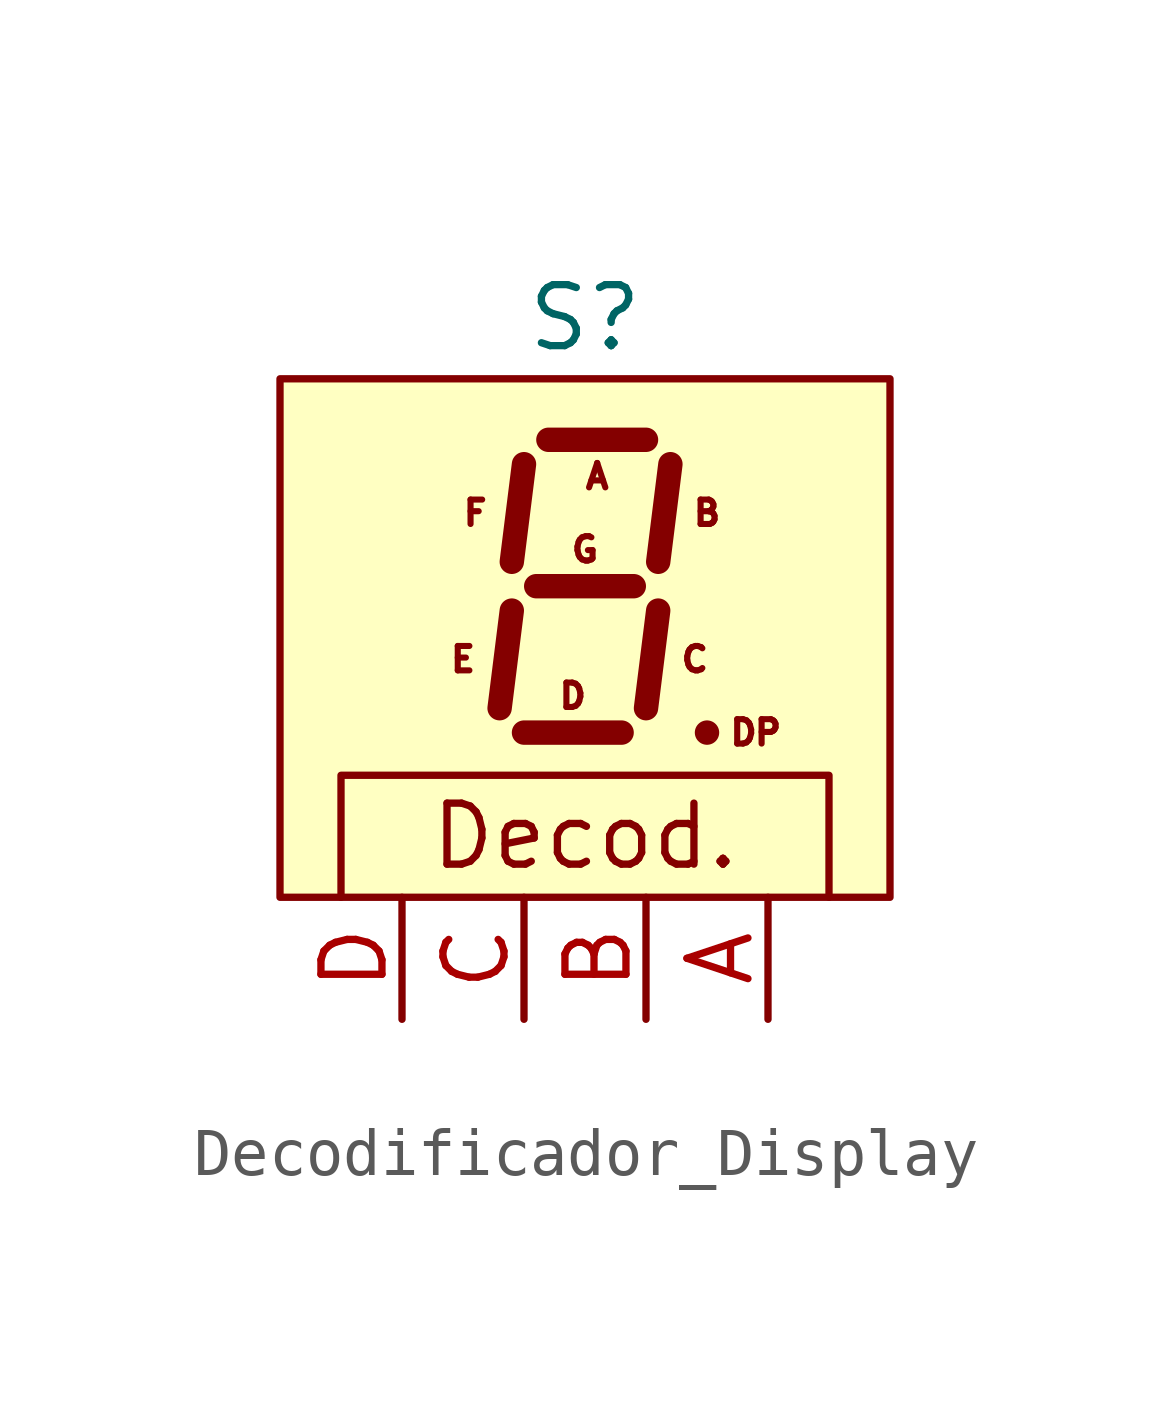
<source format=kicad_sym>
(kicad_symbol_lib
  (version 20211014)
  (generator kicad_symbol_editor)
  (symbol "Decodificador_Display"
    (pin_names
      (offset 1.016))
    (property "Reference" "S"
      (at 3.81 14.605 0)
      (effects (font (size 1.27 1.27))))
    (symbol "Decodificador_Display_0_0"
      (rectangle (start -2.54 13.335) (end 10.16 2.54) (stroke (width 0) (type default) (color 0 0 0 0)) (fill (type background)))
      (text "." (at 6.35 6.985 0) (effects (font (size 2.54 2.54))))
      (text "Decod." (at 3.81 3.81 0) (effects (font (size 1.27 1.27)))))
    (symbol "Decodificador_Display_0_1"
      (polyline (pts (xy 8.89 2.54) (xy 8.89 5.08) (xy -1.27 5.08) (xy -1.27 2.54)) (stroke (width 0) (type default) (color 0 0 0 0)) (fill (type none))))
    (symbol "Decodificador_Display_1_1"
      (polyline (pts (xy 2.286 8.509) (xy 2.032 6.477)) (stroke (width 0.508) (type default) (color 0 0 0 0)) (fill (type none)))
      (polyline (pts (xy 2.54 5.969) (xy 4.572 5.969)) (stroke (width 0.508) (type default) (color 0 0 0 0)) (fill (type none)))
      (polyline (pts (xy 2.54 11.557) (xy 2.286 9.525)) (stroke (width 0.508) (type default) (color 0 0 0 0)) (fill (type none)))
      (polyline (pts (xy 2.794 9.017) (xy 4.826 9.017)) (stroke (width 0.508) (type default) (color 0 0 0 0)) (fill (type none)))
      (polyline (pts (xy 3.048 12.065) (xy 5.08 12.065)) (stroke (width 0.508) (type default) (color 0 0 0 0)) (fill (type none)))
      (polyline (pts (xy 5.334 8.509) (xy 5.08 6.477)) (stroke (width 0.508) (type default) (color 0 0 0 0)) (fill (type none)))
      (polyline (pts (xy 5.588 11.557) (xy 5.334 9.525)) (stroke (width 0.508) (type default) (color 0 0 0 0)) (fill (type none)))
      (polyline (pts (xy 6.35 5.969) (xy 6.35 5.969)) (stroke (width 0.508) (type default) (color 0 0 0 0)) (fill (type none)))
      (text "A" (at 4.064 11.303 0) (effects (font (size 0.508 0.508))))
      (text "B" (at 6.35 10.541 0) (effects (font (size 0.508 0.508))))
      (text "C" (at 6.096 7.493 0) (effects (font (size 0.508 0.508))))
      (text "D" (at 3.556 6.731 0) (effects (font (size 0.508 0.508))))
      (text "DP" (at 7.366 5.969 0) (effects (font (size 0.508 0.508))))
      (text "E" (at 1.27 7.493 0) (effects (font (size 0.508 0.508))))
      (text "F" (at 1.524 10.541 0) (effects (font (size 0.508 0.508))))
      (text "G" (at 3.81 9.779 0) (effects (font (size 0.508 0.508))))
      (pin input line (at 7.62 0 90) (length 2.54) (name "~" (effects (font (size 1.27 1.27)))) (number "A" (effects (font (size 1.27 1.27)))))
      (pin input line (at 5.08 0 90) (length 2.54) (name "~" (effects (font (size 1.27 1.27)))) (number "B" (effects (font (size 1.27 1.27)))))
      (pin input line (at 2.54 0 90) (length 2.54) (name "~" (effects (font (size 1.27 1.27)))) (number "C" (effects (font (size 1.27 1.27)))))
      (pin input line (at 0 0 90) (length 2.54) (name "~" (effects (font (size 1.27 1.27)))) (number "D" (effects (font (size 1.27 1.27))))))))
</source>
